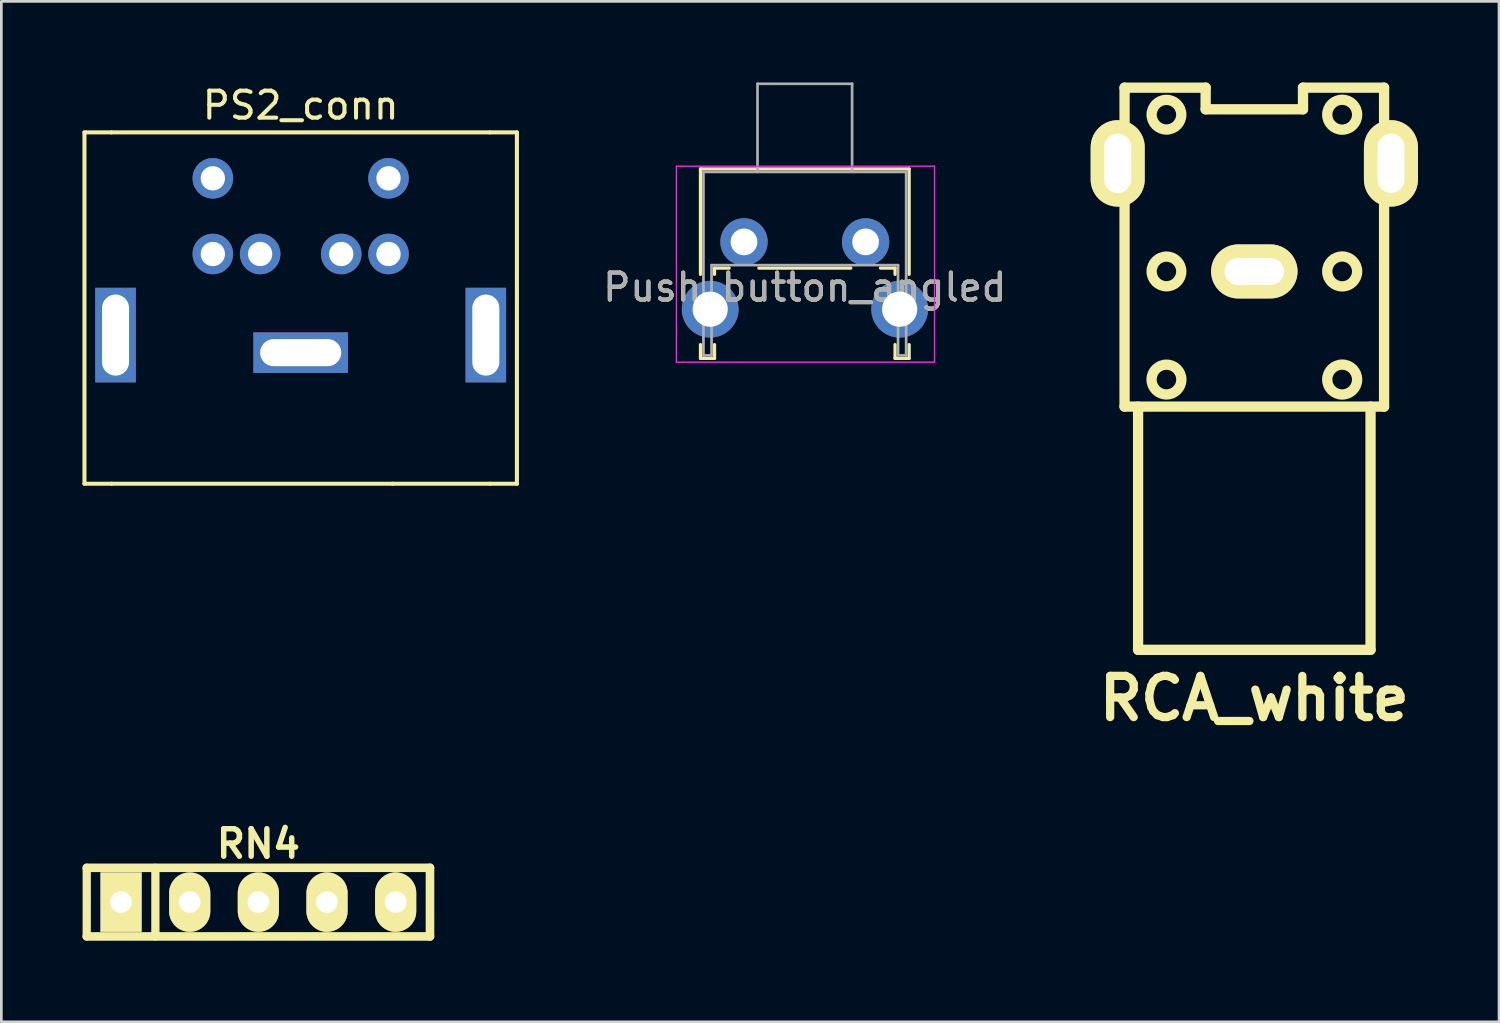
<source format=kicad_pcb>
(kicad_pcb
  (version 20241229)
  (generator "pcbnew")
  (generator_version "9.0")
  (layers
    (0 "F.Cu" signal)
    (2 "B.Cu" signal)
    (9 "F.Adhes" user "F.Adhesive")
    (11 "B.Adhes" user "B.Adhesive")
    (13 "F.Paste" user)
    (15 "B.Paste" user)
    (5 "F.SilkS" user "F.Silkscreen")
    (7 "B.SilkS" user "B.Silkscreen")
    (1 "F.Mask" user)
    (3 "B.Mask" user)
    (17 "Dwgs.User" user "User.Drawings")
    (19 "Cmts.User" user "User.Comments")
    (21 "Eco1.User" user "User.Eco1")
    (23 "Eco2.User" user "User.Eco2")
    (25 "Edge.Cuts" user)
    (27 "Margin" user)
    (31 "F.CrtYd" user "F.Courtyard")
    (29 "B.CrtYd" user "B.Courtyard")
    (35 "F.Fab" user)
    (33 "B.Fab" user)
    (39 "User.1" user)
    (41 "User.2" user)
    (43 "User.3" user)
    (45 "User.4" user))
  (footprint "PS2_conn"
    (layer "F.Cu")
    (at 8.075 14.848)
    (property "Reference" "PS2_conn" (at 0 -14 180) (layer "F.SilkS") (effects (font (size 1 1) (thickness 0.15))))
    (attr through_hole)
    (fp_line (start -8 -13) (end -8 0) (stroke (width 0.15) (type solid)) (layer "F.SilkS"))
    (fp_line (start -8 0) (end -7 0) (stroke (width 0.15) (type solid)) (layer "F.SilkS"))
    (fp_line (start -7 -13) (end -8 -13) (stroke (width 0.15) (type solid)) (layer "F.SilkS"))
    (fp_line (start -7 -13) (end 7 -13) (stroke (width 0.15) (type solid)) (layer "F.SilkS"))
    (fp_line (start -7 0) (end 3.4 0) (stroke (width 0.15) (type solid)) (layer "F.SilkS"))
    (fp_line (start 3.4 0) (end 7 0) (stroke (width 0.15) (type solid)) (layer "F.SilkS"))
    (fp_line (start 7 -13) (end 8 -13) (stroke (width 0.15) (type solid)) (layer "F.SilkS"))
    (fp_line (start 8 -13) (end 8 0) (stroke (width 0.15) (type solid)) (layer "F.SilkS"))
    (fp_line (start 8 0) (end 7 0) (stroke (width 0.15) (type solid)) (layer "F.SilkS"))
    (pad "" thru_hole rect (at -6.85 -5.5 270) (size 3.5 1.5) (drill oval 3 1) (layers "*.Cu" "*.Mask"))
    (pad "" thru_hole rect (at 0 -4.85 180) (size 3.5 1.5) (drill oval 3 1) (layers "*.Cu" "*.Mask"))
    (pad "" thru_hole rect (at 6.85 -5.5 270) (size 3.5 1.5) (drill oval 3 1) (layers "*.Cu" "*.Mask"))
    (pad "1" thru_hole circle (at 1.5 -8.5 180) (size 1.5 1.5) (drill 0.9) (layers "*.Cu" "*.Mask"))
    (pad "2" thru_hole circle (at -1.5 -8.5 180) (size 1.5 1.5) (drill 0.9) (layers "*.Cu" "*.Mask"))
    (pad "3" thru_hole circle (at 3.25 -8.5 180) (size 1.5 1.5) (drill 0.9) (layers "*.Cu" "*.Mask"))
    (pad "4" thru_hole circle (at -3.25 -8.5 180) (size 1.5 1.5) (drill 0.9) (layers "*.Cu" "*.Mask"))
    (pad "5" thru_hole circle (at 3.25 -11.3 180) (size 1.5 1.5) (drill 0.9) (layers "*.Cu" "*.Mask"))
    (pad "6" thru_hole circle (at -3.25 -11.3 180) (size 1.5 1.5) (drill 0.9) (layers "*.Cu" "*.Mask")))
  (footprint "Push_button_angled"
    (layer "F.Cu")
    (at 24.477 5.9)
    (property "Reference" "Push_button_angled" (at 2.25 1.68 0) (layer "F.SilkS") (effects (font (size 1 1) (thickness 0.15))))
    (attr through_hole)
    (fp_line (start -1.61 -2.7) (end -1.61 1.2) (stroke (width 0.12) (type solid)) (layer "F.SilkS"))
    (fp_line (start -1.61 -2.7) (end 6.11 -2.7) (stroke (width 0.12) (type solid)) (layer "F.SilkS"))
    (fp_line (start -1.61 3.8) (end -1.61 4.31) (stroke (width 0.12) (type solid)) (layer "F.SilkS"))
    (fp_line (start -1.61 4.31) (end -1.09 4.31) (stroke (width 0.12) (type solid)) (layer "F.SilkS"))
    (fp_line (start -1.09 0.97) (end -1.09 1.2) (stroke (width 0.12) (type solid)) (layer "F.SilkS"))
    (fp_line (start -1.09 0.97) (end -0.55 0.97) (stroke (width 0.12) (type solid)) (layer "F.SilkS"))
    (fp_line (start -1.09 3.8) (end -1.09 4.31) (stroke (width 0.12) (type solid)) (layer "F.SilkS"))
    (fp_line (start 0.55 0.97) (end 3.95 0.97) (stroke (width 0.12) (type solid)) (layer "F.SilkS"))
    (fp_line (start 5.05 0.97) (end 5.59 0.97) (stroke (width 0.12) (type solid)) (layer "F.SilkS"))
    (fp_line (start 5.59 0.97) (end 5.59 1.2) (stroke (width 0.12) (type solid)) (layer "F.SilkS"))
    (fp_line (start 5.59 3.8) (end 5.59 4.31) (stroke (width 0.12) (type solid)) (layer "F.SilkS"))
    (fp_line (start 5.59 4.31) (end 6.11 4.31) (stroke (width 0.12) (type solid)) (layer "F.SilkS"))
    (fp_line (start 6.11 -2.7) (end 6.11 1.2) (stroke (width 0.12) (type solid)) (layer "F.SilkS"))
    (fp_line (start 6.11 3.8) (end 6.11 4.31) (stroke (width 0.12) (type solid)) (layer "F.SilkS"))
    (fp_line (start -2.5 -2.8) (end 7.05 -2.8) (stroke (width 0.05) (type solid)) (layer "F.CrtYd"))
    (fp_line (start -2.5 4.45) (end -2.5 -2.8) (stroke (width 0.05) (type solid)) (layer "F.CrtYd"))
    (fp_line (start 7.05 -2.8) (end 7.05 4.45) (stroke (width 0.05) (type solid)) (layer "F.CrtYd"))
    (fp_line (start 7.05 4.45) (end -2.5 4.45) (stroke (width 0.05) (type solid)) (layer "F.CrtYd"))
    (fp_line (start -1.5 -2.59) (end 6 -2.59) (stroke (width 0.1) (type solid)) (layer "F.Fab"))
    (fp_line (start -1.5 4.2) (end -1.5 -2.59) (stroke (width 0.1) (type solid)) (layer "F.Fab"))
    (fp_line (start -1.5 4.2) (end -1.2 4.2) (stroke (width 0.1) (type solid)) (layer "F.Fab"))
    (fp_line (start -1.2 0.86) (end 5.7 0.86) (stroke (width 0.1) (type solid)) (layer "F.Fab"))
    (fp_line (start -1.2 4.2) (end -1.2 0.86) (stroke (width 0.1) (type solid)) (layer "F.Fab"))
    (fp_line (start 0.5 -5.85) (end 0.5 -2.59) (stroke (width 0.1) (type solid)) (layer "F.Fab"))
    (fp_line (start 0.5 -5.85) (end 4 -5.85) (stroke (width 0.1) (type solid)) (layer "F.Fab"))
    (fp_line (start 4 -5.85) (end 4 -2.59) (stroke (width 0.1) (type solid)) (layer "F.Fab"))
    (fp_line (start 5.7 4.2) (end 5.7 0.86) (stroke (width 0.1) (type solid)) (layer "F.Fab"))
    (fp_line (start 5.7 4.2) (end 6 4.2) (stroke (width 0.1) (type solid)) (layer "F.Fab"))
    (fp_line (start 6 4.2) (end 6 -2.59) (stroke (width 0.1) (type solid)) (layer "F.Fab"))
    (fp_text user "${REFERENCE}" (at 2.25 1.68 0) (layer "F.Fab") (effects (font (size 1 1) (thickness 0.15))))
    (pad "" thru_hole circle (at -1.25 2.49) (size 2.1 2.1) (drill 1.3) (layers "*.Cu" "*.Mask"))
    (pad "" thru_hole circle (at 5.76 2.49) (size 2.1 2.1) (drill 1.3) (layers "*.Cu" "*.Mask"))
    (pad "1" thru_hole circle (at 0 0) (size 1.75 1.75) (drill 0.99) (layers "*.Cu" "*.Mask"))
    (pad "2" thru_hole circle (at 4.5 0) (size 1.75 1.75) (drill 0.99) (layers "*.Cu" "*.Mask")))
  (footprint "RCA_white"
    (layer "F.Cu")
    (at 43.359 6.993)
    (property "Reference" "RCA_white" (at 0 15.799 0) (layer "F.SilkS") (effects (font (size 1.524 1.524) (thickness 0.305))))
    (attr through_hole)
    (fp_line (start -5.4 -4.9) (end -4.801 -4.9) (stroke (width 0.381) (type solid)) (layer "F.SilkS"))
    (fp_line (start -5.4 -3.099) (end -5.4 -4.9) (stroke (width 0.381) (type solid)) (layer "F.SilkS"))
    (fp_line (start -4.801 -6.8) (end -1.801 -6.8) (stroke (width 0.381) (type solid)) (layer "F.SilkS"))
    (fp_line (start -4.801 -3.099) (end -5.4 -3.099) (stroke (width 0.381) (type solid)) (layer "F.SilkS"))
    (fp_line (start -4.801 4.999) (end -4.801 -6.802) (stroke (width 0.381) (type solid)) (layer "F.SilkS"))
    (fp_line (start -4.3 5.001) (end -4.3 14) (stroke (width 0.381) (type solid)) (layer "F.SilkS"))
    (fp_line (start -4.3 14) (end 4.3 14) (stroke (width 0.381) (type solid)) (layer "F.SilkS"))
    (fp_line (start -1.801 -6.8) (end -1.801 -5.999) (stroke (width 0.381) (type solid)) (layer "F.SilkS"))
    (fp_line (start -1.801 -5.999) (end 1.801 -5.999) (stroke (width 0.381) (type solid)) (layer "F.SilkS"))
    (fp_line (start 1.801 -6.8) (end 4.801 -6.8) (stroke (width 0.381) (type solid)) (layer "F.SilkS"))
    (fp_line (start 1.801 -5.999) (end 1.801 -6.8) (stroke (width 0.381) (type solid)) (layer "F.SilkS"))
    (fp_line (start 4.3 14) (end 4.3 5.001) (stroke (width 0.381) (type solid)) (layer "F.SilkS"))
    (fp_line (start 4.801 -6.8) (end 4.801 5.001) (stroke (width 0.381) (type solid)) (layer "F.SilkS"))
    (fp_line (start 4.801 -4.9) (end 5.4 -4.9) (stroke (width 0.381) (type solid)) (layer "F.SilkS"))
    (fp_line (start 4.801 5.001) (end -4.801 5.001) (stroke (width 0.381) (type solid)) (layer "F.SilkS"))
    (fp_line (start 5.4 -4.9) (end 5.4 -3.099) (stroke (width 0.381) (type solid)) (layer "F.SilkS"))
    (fp_line (start 5.4 -3.099) (end 4.801 -3.099) (stroke (width 0.381) (type solid)) (layer "F.SilkS"))
    (fp_circle (center -3.251 -5.799) (end -3.8 -5.799) (stroke (width 0.381) (type solid)) (fill no) (layer "F.SilkS"))
    (fp_circle (center -3.251 0) (end -3.8 0) (stroke (width 0.381) (type solid)) (fill no) (layer "F.SilkS"))
    (fp_circle (center -3.251 4) (end -3.8 3.95) (stroke (width 0.381) (type solid)) (fill no) (layer "F.SilkS"))
    (fp_circle (center 3.251 -5.799) (end 2.7 -5.85) (stroke (width 0.381) (type solid)) (fill no) (layer "F.SilkS"))
    (fp_circle (center 3.251 0) (end 2.7 -0.051) (stroke (width 0.381) (type solid)) (fill no) (layer "F.SilkS"))
    (fp_circle (center 3.251 4) (end 2.7 4.049) (stroke (width 0.381) (type solid)) (fill no) (layer "F.SilkS"))
    (pad "1" thru_hole oval (at 0 0) (size 3.198 1.999) (drill oval 2.197 0.996) (layers "*.Cu" "*.Mask" "F.SilkS"))
    (pad "2" thru_hole oval (at -5.055 -3.998) (size 1.999 3.198) (drill oval 0.996 2.197) (layers "*.Cu" "*.Mask" "F.SilkS"))
    (pad "2" thru_hole oval (at 5.055 -3.998) (size 1.999 3.198) (drill oval 0.996 2.197) (layers "*.Cu" "*.Mask" "F.SilkS")))
  (footprint "RN4"
    (layer "F.Cu")
    (at 6.509 30.328)
    (property "Reference" "RN4" (at 0 -2.159 0) (layer "F.SilkS") (effects (font (size 1.016 1.016) (thickness 0.203))))
    (attr through_hole)
    (fp_line (start -6.35 -1.27) (end 6.35 -1.27) (stroke (width 0.318) (type solid)) (layer "F.SilkS"))
    (fp_line (start -6.35 1.27) (end -6.35 -1.27) (stroke (width 0.305) (type solid)) (layer "F.SilkS"))
    (fp_line (start -3.81 -1.27) (end -3.81 1.27) (stroke (width 0.305) (type solid)) (layer "F.SilkS"))
    (fp_line (start 6.35 -1.27) (end 6.35 1.27) (stroke (width 0.318) (type solid)) (layer "F.SilkS"))
    (fp_line (start 6.35 1.27) (end -6.35 1.27) (stroke (width 0.318) (type solid)) (layer "F.SilkS"))
    (pad "1" thru_hole rect (at -5.08 0) (size 1.524 2.2) (drill 0.8) (layers "*.Cu" "*.Mask" "F.SilkS"))
    (pad "2" thru_hole oval (at -2.54 0) (size 1.524 2.2) (drill 0.8) (layers "*.Cu" "*.Mask" "F.SilkS"))
    (pad "3" thru_hole oval (at 0 0) (size 1.524 2.2) (drill 0.8) (layers "*.Cu" "*.Mask" "F.SilkS"))
    (pad "4" thru_hole oval (at 2.54 0) (size 1.524 2.2) (drill 0.8) (layers "*.Cu" "*.Mask" "F.SilkS"))
    (pad "5" thru_hole oval (at 5.08 0) (size 1.524 2.2) (drill 0.8) (layers "*.Cu" "*.Mask" "F.SilkS")))
  (gr_rect
    (start -3 -3)
    (end 52.413 34.757)
    (stroke (width 0.1) (type default))
    (fill no)
    (layer "Edge.Cuts")))
</source>
